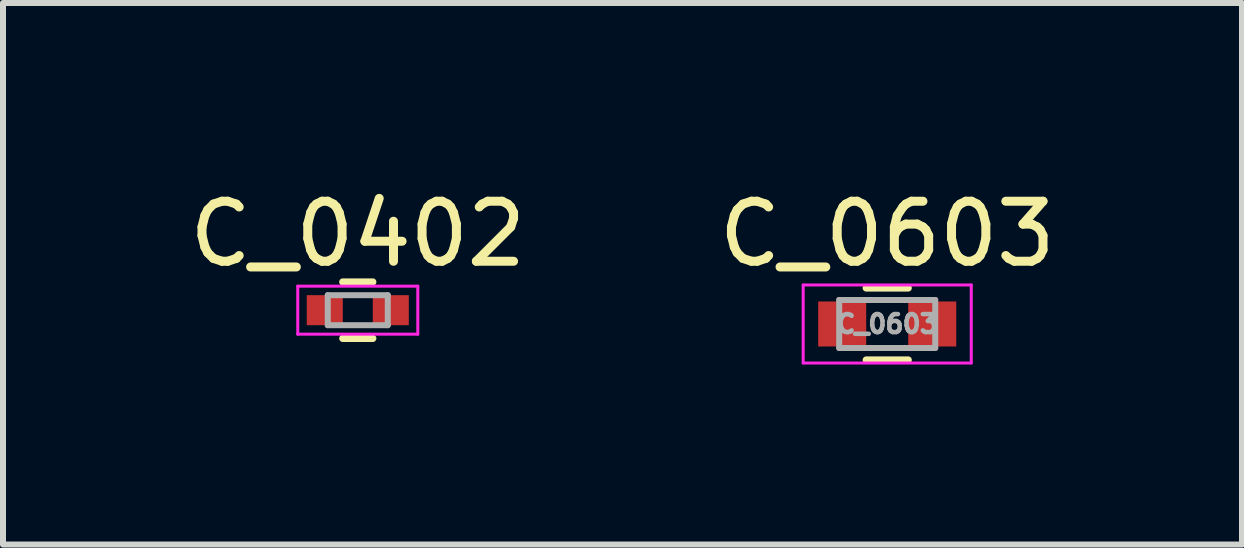
<source format=kicad_pcb>
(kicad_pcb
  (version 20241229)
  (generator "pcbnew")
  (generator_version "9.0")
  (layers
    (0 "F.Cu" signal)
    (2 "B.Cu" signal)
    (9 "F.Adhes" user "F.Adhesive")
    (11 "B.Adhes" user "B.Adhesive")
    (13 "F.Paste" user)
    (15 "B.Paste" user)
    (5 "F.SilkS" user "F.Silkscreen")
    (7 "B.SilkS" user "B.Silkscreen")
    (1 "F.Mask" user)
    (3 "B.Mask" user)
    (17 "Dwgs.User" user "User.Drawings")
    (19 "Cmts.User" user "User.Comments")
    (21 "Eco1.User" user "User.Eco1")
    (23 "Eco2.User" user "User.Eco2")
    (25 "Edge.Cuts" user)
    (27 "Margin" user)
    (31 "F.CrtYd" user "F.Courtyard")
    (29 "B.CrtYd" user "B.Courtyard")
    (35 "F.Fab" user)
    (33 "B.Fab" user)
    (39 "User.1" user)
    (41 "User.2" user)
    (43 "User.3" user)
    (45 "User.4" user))
  (footprint "C_0603"
    (layer "F.Cu")
    (at 11.732 2.348)
    (property "Reference" "C_0603" (at 0 -1.5 0) (layer "F.SilkS") (effects (font (size 1 1) (thickness 0.15))))
    (attr smd)
    (fp_line (start -0.35 -0.6) (end 0.35 -0.6) (stroke (width 0.12) (type solid)) (layer "F.SilkS"))
    (fp_line (start 0.35 0.6) (end -0.35 0.6) (stroke (width 0.12) (type solid)) (layer "F.SilkS"))
    (fp_line (start -1.4 -0.65) (end -1.4 0.65) (stroke (width 0.05) (type solid)) (layer "F.CrtYd"))
    (fp_line (start -1.4 -0.65) (end 1.4 -0.65) (stroke (width 0.05) (type solid)) (layer "F.CrtYd"))
    (fp_line (start 1.4 0.65) (end -1.4 0.65) (stroke (width 0.05) (type solid)) (layer "F.CrtYd"))
    (fp_line (start 1.4 0.65) (end 1.4 -0.65) (stroke (width 0.05) (type solid)) (layer "F.CrtYd"))
    (fp_line (start -0.8 -0.4) (end 0.8 -0.4) (stroke (width 0.1) (type solid)) (layer "F.Fab"))
    (fp_line (start -0.8 0.4) (end -0.8 -0.4) (stroke (width 0.1) (type solid)) (layer "F.Fab"))
    (fp_line (start 0.8 -0.4) (end 0.8 0.4) (stroke (width 0.1) (type solid)) (layer "F.Fab"))
    (fp_line (start 0.8 0.4) (end -0.8 0.4) (stroke (width 0.1) (type solid)) (layer "F.Fab"))
    (fp_text user "${REFERENCE}" (at 0 0 0) (layer "F.Fab") (effects (font (size 0.3 0.3) (thickness 0.075))))
    (pad "1" smd rect (at -0.75 0) (size 0.8 0.75) (layers "F.Cu" "F.Mask" "F.Paste"))
    (pad "2" smd rect (at 0.75 0) (size 0.8 0.75) (layers "F.Cu" "F.Mask" "F.Paste")))
  (footprint "C_0402"
    (layer "F.Cu")
    (at 2.911 2.118)
    (property "Reference" "C_0402" (at 0 -1.27 0) (layer "F.SilkS") (effects (font (size 1 1) (thickness 0.15))))
    (attr smd)
    (fp_line (start -0.25 0.47) (end 0.25 0.47) (stroke (width 0.12) (type solid)) (layer "F.SilkS"))
    (fp_line (start 0.25 -0.47) (end -0.25 -0.47) (stroke (width 0.12) (type solid)) (layer "F.SilkS"))
    (fp_line (start -1 -0.4) (end -1 0.4) (stroke (width 0.05) (type solid)) (layer "F.CrtYd"))
    (fp_line (start -1 -0.4) (end 1 -0.4) (stroke (width 0.05) (type solid)) (layer "F.CrtYd"))
    (fp_line (start 1 0.4) (end -1 0.4) (stroke (width 0.05) (type solid)) (layer "F.CrtYd"))
    (fp_line (start 1 0.4) (end 1 -0.4) (stroke (width 0.05) (type solid)) (layer "F.CrtYd"))
    (fp_line (start -0.5 -0.25) (end 0.5 -0.25) (stroke (width 0.1) (type solid)) (layer "F.Fab"))
    (fp_line (start -0.5 0.25) (end -0.5 -0.25) (stroke (width 0.1) (type solid)) (layer "F.Fab"))
    (fp_line (start 0.5 -0.25) (end 0.5 0.25) (stroke (width 0.1) (type solid)) (layer "F.Fab"))
    (fp_line (start 0.5 0.25) (end -0.5 0.25) (stroke (width 0.1) (type solid)) (layer "F.Fab"))
    (pad "1" smd rect (at -0.55 0) (size 0.6 0.5) (layers "F.Cu" "F.Mask" "F.Paste"))
    (pad "2" smd rect (at 0.55 0) (size 0.6 0.5) (layers "F.Cu" "F.Mask" "F.Paste")))
  (gr_rect
    (start -3 -3)
    (end 17.643 6.023)
    (stroke (width 0.1) (type default))
    (fill no)
    (layer "Edge.Cuts")))
</source>
